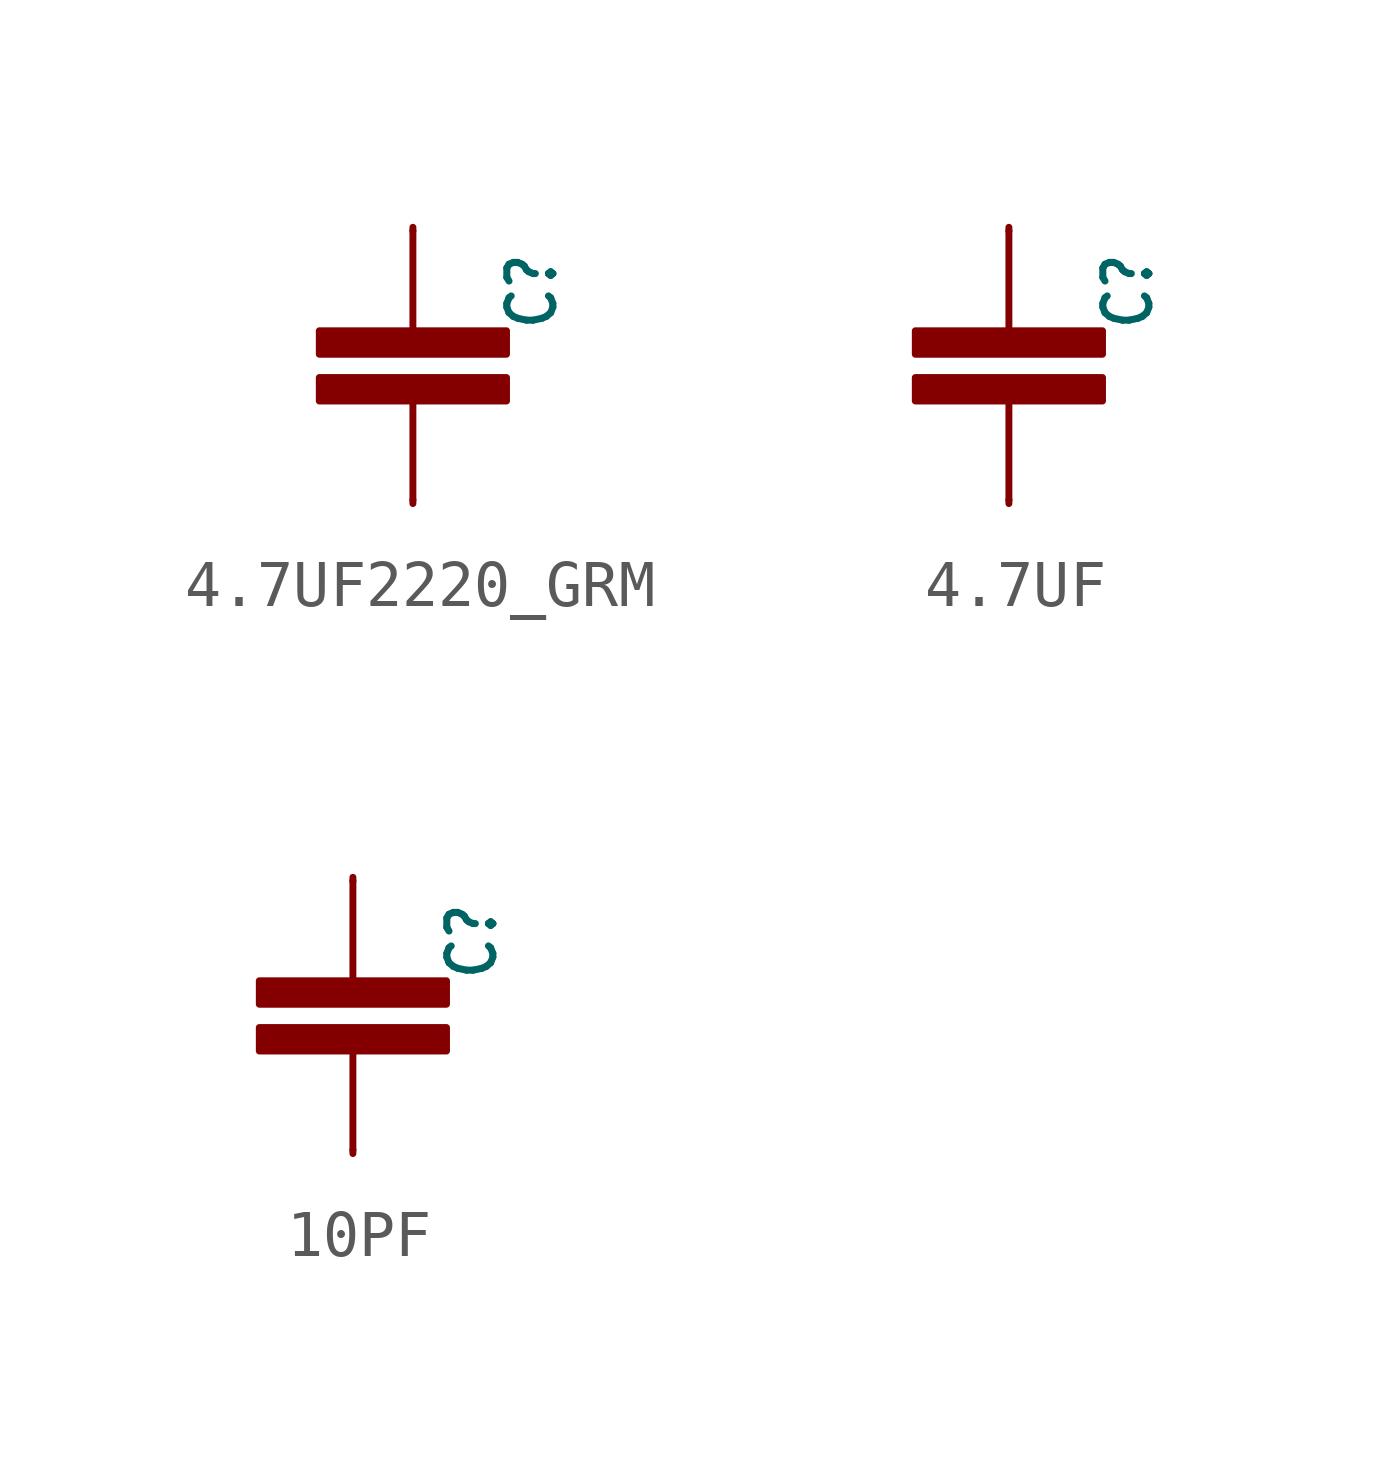
<source format=kicad_sym>
(kicad_symbol_lib
  (version 20231120)
  (generator "kicad_symbol_editor")
  (generator_version "8.0")
  (symbol "4.7UF2220_GRM"
    (property "Reference" "C"
      (at 2 -0.5 90)
      (effects (font (size 1 0.85)) (justify right top)))
    (property "Value" ""
      (at -3 -0.5 90)
      (effects (font (size 1 0.85)) (justify right top)))
    (property "ki_locked" ""
      (at 0 0 0)
      (effects (font (size 1.27 1.27))))
    (symbol "4.7UF2220_GRM_1_0"
      (rectangle (start -2.032 -3.772) (end 2.032 -3.264) (stroke (width 0) (type default)) (fill (type outline)))
      (rectangle (start -2.032 -2.756) (end 2.032 -2.248) (stroke (width 0) (type default)) (fill (type outline)))
      (polyline (pts (xy 0 -3.5) (xy 0 -6)) (stroke (width 0.15) (type solid)) (fill (type none)))
      (polyline (pts (xy 0 -2.5) (xy 0 0)) (stroke (width 0.15) (type solid)) (fill (type none)))
      (pin bidirectional line (at 0 -5.92 90) (length 0) (name "2" (effects (font (size 0 0)))) (number "1" (effects (font (size 0 0)))))
      (pin bidirectional line (at 0 -0.08 270) (length 0) (name "1" (effects (font (size 0 0)))) (number "2" (effects (font (size 0 0)))))))
  (symbol "4.7UF"
    (property "Reference" "C"
      (at 2 -0.5 90)
      (effects (font (size 1 0.85)) (justify right top)))
    (property "Value" ""
      (at -3 -0.5 90)
      (effects (font (size 1 0.85)) (justify right top)))
    (property "ki_locked" ""
      (at 0 0 0)
      (effects (font (size 1.27 1.27))))
    (symbol "4.7UF_1_0"
      (rectangle (start -2.032 -3.772) (end 2.032 -3.264) (stroke (width 0) (type default)) (fill (type outline)))
      (rectangle (start -2.032 -2.756) (end 2.032 -2.248) (stroke (width 0) (type default)) (fill (type outline)))
      (polyline (pts (xy 0 -3.5) (xy 0 -6)) (stroke (width 0.15) (type solid)) (fill (type none)))
      (polyline (pts (xy 0 -2.5) (xy 0 0)) (stroke (width 0.15) (type solid)) (fill (type none)))
      (pin bidirectional line (at 0 -5.92 90) (length 0) (name "2" (effects (font (size 0 0)))) (number "1" (effects (font (size 0 0)))))
      (pin bidirectional line (at 0 -0.08 270) (length 0) (name "1" (effects (font (size 0 0)))) (number "2" (effects (font (size 0 0)))))))
  (symbol "10PF"
    (property "Reference" "C"
      (at 2 -0.5 90)
      (effects (font (size 1 0.85)) (justify right top)))
    (property "Value" ""
      (at -3 -0.5 90)
      (effects (font (size 1 0.85)) (justify right top)))
    (property "ki_locked" ""
      (at 0 0 0)
      (effects (font (size 1.27 1.27))))
    (symbol "10PF_1_0"
      (rectangle (start -2.032 -3.772) (end 2.032 -3.264) (stroke (width 0) (type default)) (fill (type outline)))
      (rectangle (start -2.032 -2.756) (end 2.032 -2.248) (stroke (width 0) (type default)) (fill (type outline)))
      (polyline (pts (xy 0 -3.5) (xy 0 -6)) (stroke (width 0.15) (type solid)) (fill (type none)))
      (polyline (pts (xy 0 -2.5) (xy 0 0)) (stroke (width 0.15) (type solid)) (fill (type none)))
      (pin bidirectional line (at 0 -0.08 270) (length 0) (name "1" (effects (font (size 0 0)))) (number "1" (effects (font (size 0 0)))))
      (pin bidirectional line (at 0 -5.92 90) (length 0) (name "2" (effects (font (size 0 0)))) (number "2" (effects (font (size 0 0))))))))
</source>
